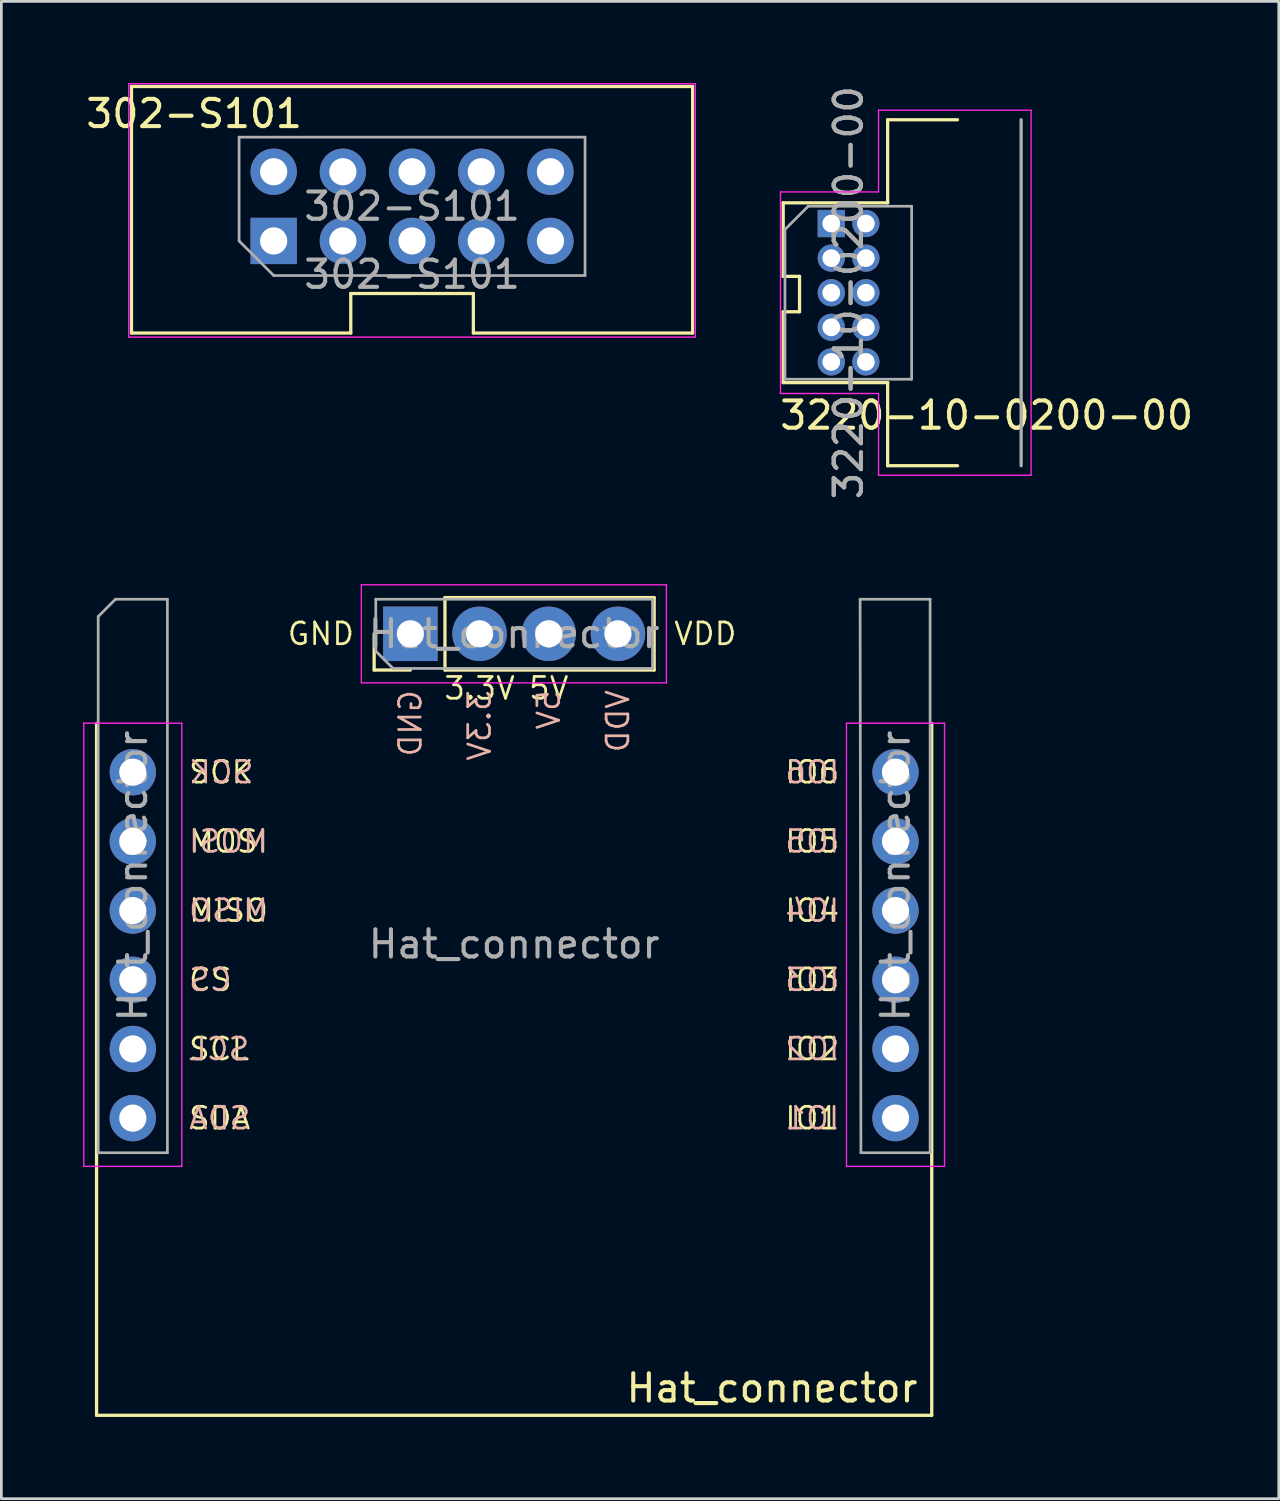
<source format=kicad_pcb>
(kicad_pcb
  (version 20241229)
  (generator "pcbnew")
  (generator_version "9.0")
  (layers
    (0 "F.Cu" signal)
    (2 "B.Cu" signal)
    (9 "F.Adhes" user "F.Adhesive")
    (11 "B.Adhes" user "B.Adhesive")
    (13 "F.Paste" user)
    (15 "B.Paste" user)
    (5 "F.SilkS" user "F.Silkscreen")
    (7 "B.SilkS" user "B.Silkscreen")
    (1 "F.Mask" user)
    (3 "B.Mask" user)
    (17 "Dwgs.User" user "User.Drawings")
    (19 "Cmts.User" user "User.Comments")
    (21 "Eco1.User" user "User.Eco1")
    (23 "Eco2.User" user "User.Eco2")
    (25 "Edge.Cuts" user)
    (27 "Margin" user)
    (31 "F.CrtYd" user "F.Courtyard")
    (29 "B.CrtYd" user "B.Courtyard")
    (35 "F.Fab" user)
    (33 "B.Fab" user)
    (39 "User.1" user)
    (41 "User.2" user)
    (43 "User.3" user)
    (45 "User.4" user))
  (footprint "Hat_connector"
    (layer "F.Cu")
    (at 15.825 29.108)
    (property "Reference" "Hat_connector" (at 14.9 18.8 0) (unlocked yes) (layer "F.SilkS") (effects (font (size 1 1) (thickness 0.15)) (justify right)))
    (attr through_hole)
    (fp_line (start -15.33 -5.6) (end -15.33 19.8) (stroke (width 0.12) (type solid)) (layer "F.SilkS"))
    (fp_line (start -15.33 19.8) (end 15.33 19.8) (stroke (width 0.12) (type solid)) (layer "F.SilkS"))
    (fp_line (start -5.14 -7.56) (end -5.14 -8.89) (stroke (width 0.12) (type solid)) (layer "F.SilkS"))
    (fp_line (start -3.81 -7.56) (end -5.14 -7.56) (stroke (width 0.12) (type solid)) (layer "F.SilkS"))
    (fp_line (start -2.54 -10.22) (end 5.14 -10.22) (stroke (width 0.12) (type solid)) (layer "F.SilkS"))
    (fp_line (start -2.54 -7.56) (end -2.54 -10.22) (stroke (width 0.12) (type solid)) (layer "F.SilkS"))
    (fp_line (start -2.54 -7.56) (end 5.14 -7.56) (stroke (width 0.12) (type solid)) (layer "F.SilkS"))
    (fp_line (start 5.14 -7.56) (end 5.14 -10.22) (stroke (width 0.12) (type solid)) (layer "F.SilkS"))
    (fp_line (start 15.33 -5.6) (end 15.33 19.8) (stroke (width 0.12) (type solid)) (layer "F.SilkS"))
    (fp_line (start -15.8 -5.61) (end -15.8 10.66) (stroke (width 0.05) (type solid)) (layer "F.CrtYd"))
    (fp_line (start -15.8 10.66) (end -12.2 10.66) (stroke (width 0.05) (type solid)) (layer "F.CrtYd"))
    (fp_line (start -12.2 -5.61) (end -15.8 -5.61) (stroke (width 0.05) (type solid)) (layer "F.CrtYd"))
    (fp_line (start -12.2 10.66) (end -12.2 -5.61) (stroke (width 0.05) (type solid)) (layer "F.CrtYd"))
    (fp_line (start -5.61 -10.69) (end -5.61 -7.09) (stroke (width 0.05) (type solid)) (layer "F.CrtYd"))
    (fp_line (start -5.61 -7.09) (end 5.59 -7.09) (stroke (width 0.05) (type solid)) (layer "F.CrtYd"))
    (fp_line (start 5.59 -10.69) (end -5.61 -10.69) (stroke (width 0.05) (type solid)) (layer "F.CrtYd"))
    (fp_line (start 5.59 -7.09) (end 5.59 -10.69) (stroke (width 0.05) (type solid)) (layer "F.CrtYd"))
    (fp_line (start 12.2 -5.61) (end 12.2 10.66) (stroke (width 0.05) (type solid)) (layer "F.CrtYd"))
    (fp_line (start 12.2 10.66) (end 15.8 10.66) (stroke (width 0.05) (type solid)) (layer "F.CrtYd"))
    (fp_line (start 15.8 -5.61) (end 12.2 -5.61) (stroke (width 0.05) (type solid)) (layer "F.CrtYd"))
    (fp_line (start 15.8 10.66) (end 15.8 -5.61) (stroke (width 0.05) (type solid)) (layer "F.CrtYd"))
    (fp_line (start -15.27 -9.525) (end -14.635 -10.16) (stroke (width 0.1) (type solid)) (layer "F.Fab"))
    (fp_line (start -15.27 10.16) (end -15.27 -9.525) (stroke (width 0.1) (type solid)) (layer "F.Fab"))
    (fp_line (start -14.635 -10.16) (end -12.73 -10.16) (stroke (width 0.1) (type solid)) (layer "F.Fab"))
    (fp_line (start -12.73 -10.16) (end -12.73 10.16) (stroke (width 0.1) (type solid)) (layer "F.Fab"))
    (fp_line (start -12.73 10.16) (end -15.27 10.16) (stroke (width 0.1) (type solid)) (layer "F.Fab"))
    (fp_line (start -5.08 -10.16) (end 5.08 -10.16) (stroke (width 0.1) (type solid)) (layer "F.Fab"))
    (fp_line (start -5.08 -8.255) (end -5.08 -10.16) (stroke (width 0.1) (type solid)) (layer "F.Fab"))
    (fp_line (start -4.445 -7.62) (end -5.08 -8.255) (stroke (width 0.1) (type solid)) (layer "F.Fab"))
    (fp_line (start 5.08 -10.16) (end 5.08 -7.62) (stroke (width 0.1) (type solid)) (layer "F.Fab"))
    (fp_line (start 5.08 -7.62) (end -4.445 -7.62) (stroke (width 0.1) (type solid)) (layer "F.Fab"))
    (fp_line (start 12.7 -10.16) (end 15.27 -10.16) (stroke (width 0.1) (type solid)) (layer "F.Fab"))
    (fp_line (start 12.73 10.16) (end 12.7 -10.16) (stroke (width 0.1) (type solid)) (layer "F.Fab"))
    (fp_line (start 12.73 10.16) (end 15.27 10.16) (stroke (width 0.1) (type solid)) (layer "F.Fab"))
    (fp_line (start 15.27 -10.16) (end 15.27 10.16) (stroke (width 0.1) (type solid)) (layer "F.Fab"))
    (fp_text user "5V" (at 1.27 -6.89 0) (unlocked yes) (layer "F.SilkS") (effects (font (size 0.8 0.8) (thickness 0.1))))
    (fp_text user "IO3" (at 12 3.81 0) (unlocked yes) (layer "F.SilkS") (effects (font (size 0.8 0.8) (thickness 0.1)) (justify right)))
    (fp_text user "3.3V" (at -1.27 -6.89 0) (unlocked yes) (layer "F.SilkS") (effects (font (size 0.8 0.8) (thickness 0.1))))
    (fp_text user "MISO" (at -12 1.27 0) (unlocked yes) (layer "F.SilkS") (effects (font (size 0.8 0.8) (thickness 0.1)) (justify left)))
    (fp_text user "SDA" (at -12 8.89 0) (unlocked yes) (layer "F.SilkS") (effects (font (size 0.8 0.8) (thickness 0.1)) (justify left)))
    (fp_text user "GND" (at -5.81 -8.89 0) (unlocked yes) (layer "F.SilkS") (effects (font (size 0.8 0.8) (thickness 0.1)) (justify right)))
    (fp_text user "IO6" (at 12 -3.81 0) (unlocked yes) (layer "F.SilkS") (effects (font (size 0.8 0.8) (thickness 0.1)) (justify right)))
    (fp_text user "IO5" (at 12 -1.27 0) (unlocked yes) (layer "F.SilkS") (effects (font (size 0.8 0.8) (thickness 0.1)) (justify right)))
    (fp_text user "SCL" (at -12 6.35 0) (unlocked yes) (layer "F.SilkS") (effects (font (size 0.8 0.8) (thickness 0.1)) (justify left)))
    (fp_text user "IO4" (at 12 1.27 0) (unlocked yes) (layer "F.SilkS") (effects (font (size 0.8 0.8) (thickness 0.1)) (justify right)))
    (fp_text user "SCK" (at -12 -3.81 0) (unlocked yes) (layer "F.SilkS") (effects (font (size 0.8 0.8) (thickness 0.1)) (justify left)))
    (fp_text user "IO1" (at 12 8.89 0) (unlocked yes) (layer "F.SilkS") (effects (font (size 0.8 0.8) (thickness 0.1)) (justify right)))
    (fp_text user "MOSI" (at -12 -1.27 0) (unlocked yes) (layer "F.SilkS") (effects (font (size 0.8 0.8) (thickness 0.1)) (justify left)))
    (fp_text user "CS" (at -12 3.81 0) (unlocked yes) (layer "F.SilkS") (effects (font (size 0.8 0.8) (thickness 0.1)) (justify left)))
    (fp_text user "IO2" (at 12 6.35 0) (unlocked yes) (layer "F.SilkS") (effects (font (size 0.8 0.8) (thickness 0.1)) (justify right)))
    (fp_text user "VDD" (at 5.81 -8.89 0) (unlocked yes) (layer "F.SilkS") (effects (font (size 0.8 0.8) (thickness 0.1)) (justify left)))
    (fp_text user "SCK" (at -12 -3.81 0) (unlocked yes) (layer "B.SilkS") (effects (font (size 0.8 0.8) (thickness 0.1)) (justify right mirror)))
    (fp_text user "VDD" (at 3.81 -6.89 90) (unlocked yes) (layer "B.SilkS") (effects (font (size 0.8 0.8) (thickness 0.1)) (justify left mirror)))
    (fp_text user "MOSI" (at -12 -1.27 0) (unlocked yes) (layer "B.SilkS") (effects (font (size 0.8 0.8) (thickness 0.1)) (justify right mirror)))
    (fp_text user "CS" (at -12 3.81 0) (unlocked yes) (layer "B.SilkS") (effects (font (size 0.8 0.8) (thickness 0.1)) (justify right mirror)))
    (fp_text user "IO4" (at 12 1.27 0) (unlocked yes) (layer "B.SilkS") (effects (font (size 0.8 0.8) (thickness 0.1)) (justify left mirror)))
    (fp_text user "SCL" (at -12 6.35 0) (unlocked yes) (layer "B.SilkS") (effects (font (size 0.8 0.8) (thickness 0.1)) (justify right mirror)))
    (fp_text user "3.3V" (at -1.27 -6.89 90) (unlocked yes) (layer "B.SilkS") (effects (font (size 0.8 0.8) (thickness 0.1)) (justify left mirror)))
    (fp_text user "5V" (at 1.27 -6.89 90) (unlocked yes) (layer "B.SilkS") (effects (font (size 0.8 0.8) (thickness 0.1)) (justify left mirror)))
    (fp_text user "GND" (at -3.81 -6.89 90) (unlocked yes) (layer "B.SilkS") (effects (font (size 0.8 0.8) (thickness 0.1)) (justify left mirror)))
    (fp_text user "MISO" (at -12 1.27 0) (unlocked yes) (layer "B.SilkS") (effects (font (size 0.8 0.8) (thickness 0.1)) (justify right mirror)))
    (fp_text user "IO3" (at 12 3.81 0) (unlocked yes) (layer "B.SilkS") (effects (font (size 0.8 0.8) (thickness 0.1)) (justify left mirror)))
    (fp_text user "IO5" (at 12 -1.27 0) (unlocked yes) (layer "B.SilkS") (effects (font (size 0.8 0.8) (thickness 0.1)) (justify left mirror)))
    (fp_text user "IO6" (at 12 -3.81 0) (unlocked yes) (layer "B.SilkS") (effects (font (size 0.8 0.8) (thickness 0.1)) (justify left mirror)))
    (fp_text user "IO2" (at 12 6.35 0) (unlocked yes) (layer "B.SilkS") (effects (font (size 0.8 0.8) (thickness 0.1)) (justify left mirror)))
    (fp_text user "SDA" (at -12 8.89 0) (unlocked yes) (layer "B.SilkS") (effects (font (size 0.8 0.8) (thickness 0.1)) (justify right mirror)))
    (fp_text user "IO1" (at 12 8.89 0) (unlocked yes) (layer "B.SilkS") (effects (font (size 0.8 0.8) (thickness 0.1)) (justify left mirror)))
    (fp_text user "${REFERENCE}" (at 0 -8.89 180) (layer "F.Fab") (effects (font (size 1 1) (thickness 0.15))))
    (fp_text user "${REFERENCE}" (at 0 2.5 0) (unlocked yes) (layer "F.Fab") (effects (font (size 1 1) (thickness 0.15))))
    (fp_text user "${REFERENCE}" (at -14 0 90) (layer "F.Fab") (effects (font (size 1 1) (thickness 0.15))))
    (fp_text user "${REFERENCE}" (at 14 0 90) (layer "F.Fab") (effects (font (size 1 1) (thickness 0.15))))
    (pad "1" thru_hole rect (at -3.81 -8.89 90) (size 2 2) (drill 1) (layers "*.Cu" "*.Mask"))
    (pad "2" thru_hole oval (at -1.27 -8.89 90) (size 2 2) (drill 1) (layers "*.Cu" "*.Mask"))
    (pad "3" thru_hole oval (at -14 -3.81) (size 1.7 1.7) (drill 1) (layers "*.Cu" "*.Mask"))
    (pad "4" thru_hole oval (at -14 -1.27) (size 1.7 1.7) (drill 1) (layers "*.Cu" "*.Mask"))
    (pad "5" thru_hole oval (at -14 1.27) (size 1.7 1.7) (drill 1) (layers "*.Cu" "*.Mask"))
    (pad "6" thru_hole oval (at -14 3.81) (size 1.7 1.7) (drill 1) (layers "*.Cu" "*.Mask"))
    (pad "7" thru_hole oval (at -14 6.35) (size 1.7 1.7) (drill 1) (layers "*.Cu" "*.Mask"))
    (pad "8" thru_hole oval (at -14 8.89) (size 1.7 1.7) (drill 1) (layers "*.Cu" "*.Mask"))
    (pad "9" thru_hole oval (at 14 8.89) (size 1.7 1.7) (drill 1) (layers "*.Cu" "*.Mask"))
    (pad "10" thru_hole oval (at 14 6.35) (size 1.7 1.7) (drill 1) (layers "*.Cu" "*.Mask"))
    (pad "11" thru_hole oval (at 14 3.81) (size 1.7 1.7) (drill 1) (layers "*.Cu" "*.Mask"))
    (pad "12" thru_hole oval (at 14 1.27) (size 1.7 1.7) (drill 1) (layers "*.Cu" "*.Mask"))
    (pad "13" thru_hole oval (at 14 -1.27) (size 1.7 1.7) (drill 1) (layers "*.Cu" "*.Mask"))
    (pad "14" thru_hole oval (at 14 -3.81) (size 1.7 1.7) (drill 1) (layers "*.Cu" "*.Mask"))
    (pad "15" thru_hole oval (at 1.27 -8.89 90) (size 2 2) (drill 1) (layers "*.Cu" "*.Mask"))
    (pad "16" thru_hole oval (at 3.81 -8.89 90) (size 2 2) (drill 1) (layers "*.Cu" "*.Mask")))
  (footprint "3220-10-0200-00"
    (layer "F.Cu")
    (at 28.102 7.696)
    (property "Reference" "3220-10-0200-00" (at -2.6 4.5 0) (unlocked yes) (layer "F.SilkS") (effects (font (size 1 1) (thickness 0.15)) (justify left)))
    (attr through_hole)
    (fp_line (start -2.4 -3.3) (end -2.4 -0.6) (stroke (width 0.12) (type solid)) (layer "F.SilkS"))
    (fp_line (start -2.4 -3.3) (end 1.435 -3.3) (stroke (width 0.12) (type solid)) (layer "F.SilkS"))
    (fp_line (start -2.4 -0.6) (end -1.8 -0.6) (stroke (width 0.12) (type solid)) (layer "F.SilkS"))
    (fp_line (start -2.4 0.7) (end -1.8 0.7) (stroke (width 0.12) (type solid)) (layer "F.SilkS"))
    (fp_line (start -2.4 3.3) (end -2.4 0.7) (stroke (width 0.12) (type solid)) (layer "F.SilkS"))
    (fp_line (start -1.8 0.7) (end -1.8 -0.6) (stroke (width 0.12) (type solid)) (layer "F.SilkS"))
    (fp_line (start 1.435 -6.35) (end 1.435 -3.3) (stroke (width 0.12) (type solid)) (layer "F.SilkS"))
    (fp_line (start 1.435 -6.35) (end 4 -6.35) (stroke (width 0.12) (type solid)) (layer "F.SilkS"))
    (fp_line (start 1.435 3.3) (end -2.4 3.3) (stroke (width 0.12) (type solid)) (layer "F.SilkS"))
    (fp_line (start 1.435 6.35) (end 1.435 3.3) (stroke (width 0.12) (type solid)) (layer "F.SilkS"))
    (fp_line (start 4 6.35) (end 1.435 6.35) (stroke (width 0.12) (type solid)) (layer "F.SilkS"))
    (fp_line (start -2.5 -3.7) (end -2.5 3.7) (stroke (width 0.05) (type solid)) (layer "F.CrtYd"))
    (fp_line (start -2.5 3.7) (end 1.1 3.7) (stroke (width 0.05) (type solid)) (layer "F.CrtYd"))
    (fp_line (start 1.1 -6.7) (end 6.7 -6.7) (stroke (width 0.05) (type solid)) (layer "F.CrtYd"))
    (fp_line (start 1.1 -3.7) (end -2.5 -3.7) (stroke (width 0.05) (type solid)) (layer "F.CrtYd"))
    (fp_line (start 1.1 -3.7) (end 1.1 -6.7) (stroke (width 0.05) (type solid)) (layer "F.CrtYd"))
    (fp_line (start 1.1 6.7) (end 1.1 3.7) (stroke (width 0.05) (type solid)) (layer "F.CrtYd"))
    (fp_line (start 6.7 -6.7) (end 6.7 6.7) (stroke (width 0.05) (type solid)) (layer "F.CrtYd"))
    (fp_line (start 6.7 6.7) (end 1.1 6.7) (stroke (width 0.05) (type solid)) (layer "F.CrtYd"))
    (fp_line (start -2.335 -2.322) (end -1.482 -3.175) (stroke (width 0.1) (type solid)) (layer "F.Fab"))
    (fp_line (start -2.335 3.175) (end -2.335 -2.322) (stroke (width 0.1) (type solid)) (layer "F.Fab"))
    (fp_line (start -1.482 -3.175) (end 2.315 -3.175) (stroke (width 0.1) (type solid)) (layer "F.Fab"))
    (fp_line (start 2.315 -3.175) (end 2.315 3.175) (stroke (width 0.1) (type solid)) (layer "F.Fab"))
    (fp_line (start 2.315 3.175) (end -2.335 3.175) (stroke (width 0.1) (type solid)) (layer "F.Fab"))
    (fp_line (start 6.335 6.35) (end 6.335 -6.35) (stroke (width 0.12) (type solid)) (layer "F.Fab"))
    (fp_text user "${REFERENCE}" (at 0 0 90) (layer "F.Fab") (effects (font (size 1 1) (thickness 0.15))))
    (fp_text user "${REFERENCE}" (at 0 0 90) (layer "F.Fab") (effects (font (size 1 1) (thickness 0.15))))
    (pad "1" thru_hole rect (at -0.635 -2.54) (size 1 1) (drill 0.65) (layers "*.Cu" "*.Mask"))
    (pad "2" thru_hole oval (at 0.635 -2.54) (size 1 1) (drill 0.65) (layers "*.Cu" "*.Mask"))
    (pad "3" thru_hole oval (at -0.635 -1.27) (size 1 1) (drill 0.65) (layers "*.Cu" "*.Mask"))
    (pad "4" thru_hole oval (at 0.635 -1.27) (size 1 1) (drill 0.65) (layers "*.Cu" "*.Mask"))
    (pad "5" thru_hole oval (at -0.635 0) (size 1 1) (drill 0.65) (layers "*.Cu" "*.Mask"))
    (pad "6" thru_hole oval (at 0.635 0) (size 1 1) (drill 0.65) (layers "*.Cu" "*.Mask"))
    (pad "7" thru_hole oval (at -0.635 1.27) (size 1 1) (drill 0.65) (layers "*.Cu" "*.Mask"))
    (pad "8" thru_hole oval (at 0.635 1.27) (size 1 1) (drill 0.65) (layers "*.Cu" "*.Mask"))
    (pad "9" thru_hole oval (at -0.635 2.54) (size 1 1) (drill 0.65) (layers "*.Cu" "*.Mask"))
    (pad "10" thru_hole oval (at 0.635 2.54) (size 1 1) (drill 0.65) (layers "*.Cu" "*.Mask")))
  (footprint "302-S101"
    (layer "F.Cu")
    (at 12.077 4.525)
    (property "Reference" "302-S101" (at -8 -3.4 0) (unlocked yes) (layer "F.SilkS") (effects (font (size 1 1) (thickness 0.15))))
    (attr through_hole)
    (fp_line (start -10.3 -4.4) (end -10.3 4.65) (stroke (width 0.12) (type solid)) (layer "F.SilkS"))
    (fp_line (start -10.3 -4.4) (end 10.3 -4.4) (stroke (width 0.12) (type solid)) (layer "F.SilkS"))
    (fp_line (start -10.3 4.65) (end -2.25 4.65) (stroke (width 0.12) (type solid)) (layer "F.SilkS"))
    (fp_line (start -2.25 3.2) (end -2.25 4.65) (stroke (width 0.12) (type solid)) (layer "F.SilkS"))
    (fp_line (start -2.25 3.2) (end 2.25 3.2) (stroke (width 0.12) (type solid)) (layer "F.SilkS"))
    (fp_line (start 2.25 3.2) (end 2.25 4.65) (stroke (width 0.12) (type solid)) (layer "F.SilkS"))
    (fp_line (start 2.25 4.65) (end 10.3 4.65) (stroke (width 0.12) (type solid)) (layer "F.SilkS"))
    (fp_line (start 10.3 -4.4) (end 10.3 4.65) (stroke (width 0.12) (type solid)) (layer "F.SilkS"))
    (fp_line (start -10.4 -4.5) (end -10.4 4.8) (stroke (width 0.05) (type solid)) (layer "F.CrtYd"))
    (fp_line (start -10.4 4.8) (end 10.4 4.8) (stroke (width 0.05) (type solid)) (layer "F.CrtYd"))
    (fp_line (start 10.4 -4.5) (end -10.4 -4.5) (stroke (width 0.05) (type solid)) (layer "F.CrtYd"))
    (fp_line (start 10.4 4.8) (end 10.4 -4.5) (stroke (width 0.05) (type solid)) (layer "F.CrtYd"))
    (fp_line (start -6.35 -2.54) (end 6.35 -2.54) (stroke (width 0.1) (type solid)) (layer "F.Fab"))
    (fp_line (start -6.35 1.27) (end -6.35 -2.54) (stroke (width 0.1) (type solid)) (layer "F.Fab"))
    (fp_line (start -5.08 2.54) (end -6.35 1.27) (stroke (width 0.1) (type solid)) (layer "F.Fab"))
    (fp_line (start 6.35 -2.54) (end 6.35 2.54) (stroke (width 0.1) (type solid)) (layer "F.Fab"))
    (fp_line (start 6.35 2.54) (end -5.08 2.54) (stroke (width 0.1) (type solid)) (layer "F.Fab"))
    (fp_text user "${REFERENCE}" (at 0 2.5 0) (unlocked yes) (layer "F.Fab") (effects (font (size 1 1) (thickness 0.15))))
    (fp_text user "${REFERENCE}" (at 0 0 180) (layer "F.Fab") (effects (font (size 1 1) (thickness 0.15))))
    (pad "1" thru_hole rect (at -5.08 1.27 90) (size 1.7 1.7) (drill 1) (layers "*.Cu" "*.Mask"))
    (pad "2" thru_hole oval (at -5.08 -1.27 90) (size 1.7 1.7) (drill 1) (layers "*.Cu" "*.Mask"))
    (pad "3" thru_hole oval (at -2.54 1.27 90) (size 1.7 1.7) (drill 1) (layers "*.Cu" "*.Mask"))
    (pad "4" thru_hole oval (at -2.54 -1.27 90) (size 1.7 1.7) (drill 1) (layers "*.Cu" "*.Mask"))
    (pad "5" thru_hole oval (at 0 1.27 90) (size 1.7 1.7) (drill 1) (layers "*.Cu" "*.Mask"))
    (pad "6" thru_hole oval (at 0 -1.27 90) (size 1.7 1.7) (drill 1) (layers "*.Cu" "*.Mask"))
    (pad "7" thru_hole oval (at 2.54 1.27 90) (size 1.7 1.7) (drill 1) (layers "*.Cu" "*.Mask"))
    (pad "8" thru_hole oval (at 2.54 -1.27 90) (size 1.7 1.7) (drill 1) (layers "*.Cu" "*.Mask"))
    (pad "9" thru_hole oval (at 5.08 1.27 90) (size 1.7 1.7) (drill 1) (layers "*.Cu" "*.Mask"))
    (pad "10" thru_hole oval (at 5.08 -1.27 90) (size 1.7 1.7) (drill 1) (layers "*.Cu" "*.Mask")))
  (gr_rect
    (start -3 -3)
    (end 43.895 51.968)
    (stroke (width 0.1) (type default))
    (fill no)
    (layer "Edge.Cuts")))
</source>
